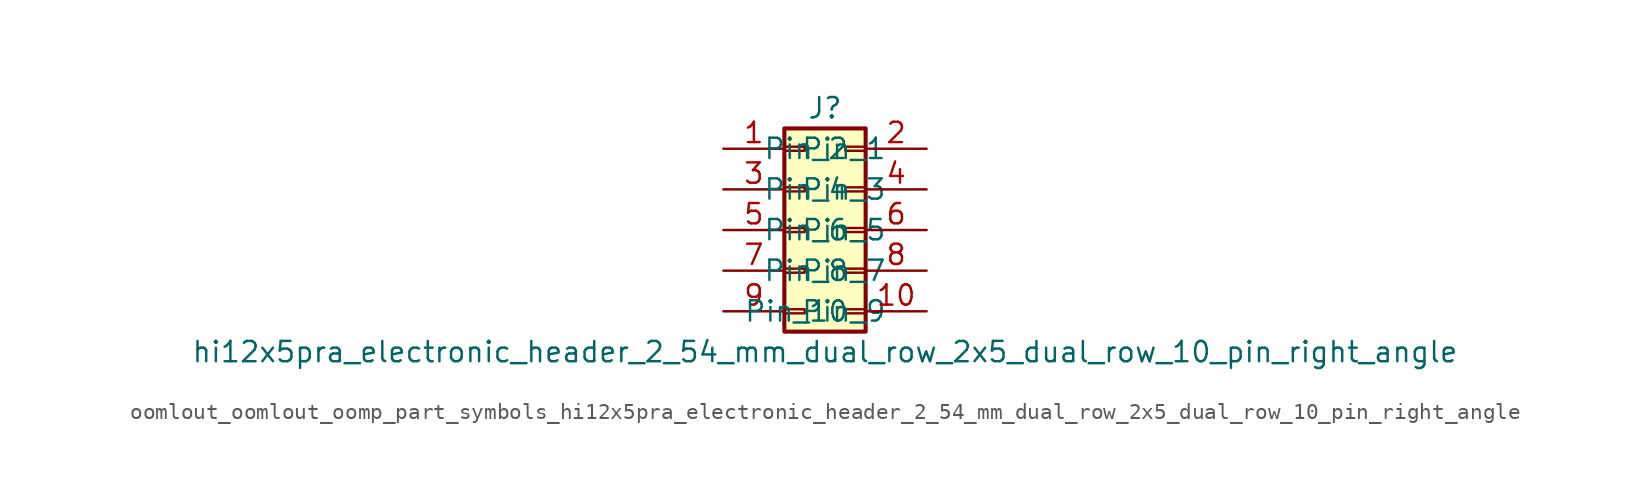
<source format=kicad_sym>
(kicad_symbol_lib
  (version 20220914)
  (generator kicad_symbol_editor)
  (symbol "oomlout_oomlout_oomp_part_symbols_hi12x5pra_electronic_header_2_54_mm_dual_row_2x5_dual_row_10_pin_right_angle"
    (pin_names
      (offset 1.016))
    (property "Reference" "J"
      (at 1.27 7.62 0)
      (effects (font (size 1.27 1.27))))
    (property "Value" "hi12x5pra_electronic_header_2_54_mm_dual_row_2x5_dual_row_10_pin_right_angle"
      (at 1.27 -7.62 0)
      (effects (font (size 1.27 1.27))))
    (symbol "oomlout_oomlout_oomp_part_symbols_hi12x5pra_electronic_header_2_54_mm_dual_row_2x5_dual_row_10_pin_right_angle_1_1"
      (rectangle (start -1.27 -4.953) (end 0 -5.207) (stroke (width 0.152) (type default)) (fill (type none)))
      (rectangle (start -1.27 -2.413) (end 0 -2.667) (stroke (width 0.152) (type default)) (fill (type none)))
      (rectangle (start -1.27 0.127) (end 0 -0.127) (stroke (width 0.152) (type default)) (fill (type none)))
      (rectangle (start -1.27 2.667) (end 0 2.413) (stroke (width 0.152) (type default)) (fill (type none)))
      (rectangle (start -1.27 5.207) (end 0 4.953) (stroke (width 0.152) (type default)) (fill (type none)))
      (rectangle (start -1.27 6.35) (end 3.81 -6.35) (stroke (width 0.254) (type default)) (fill (type background)))
      (rectangle (start 3.81 -4.953) (end 2.54 -5.207) (stroke (width 0.152) (type default)) (fill (type none)))
      (rectangle (start 3.81 -2.413) (end 2.54 -2.667) (stroke (width 0.152) (type default)) (fill (type none)))
      (rectangle (start 3.81 0.127) (end 2.54 -0.127) (stroke (width 0.152) (type default)) (fill (type none)))
      (rectangle (start 3.81 2.667) (end 2.54 2.413) (stroke (width 0.152) (type default)) (fill (type none)))
      (rectangle (start 3.81 5.207) (end 2.54 4.953) (stroke (width 0.152) (type default)) (fill (type none)))
      (pin passive line (at -5.08 5.08 0) (length 3.81) (name "Pin_1" (effects (font (size 1.27 1.27)))) (number "1" (effects (font (size 1.27 1.27)))))
      (pin passive line (at 7.62 -5.08 180) (length 3.81) (name "Pin_10" (effects (font (size 1.27 1.27)))) (number "10" (effects (font (size 1.27 1.27)))))
      (pin passive line (at 7.62 5.08 180) (length 3.81) (name "Pin_2" (effects (font (size 1.27 1.27)))) (number "2" (effects (font (size 1.27 1.27)))))
      (pin passive line (at -5.08 2.54 0) (length 3.81) (name "Pin_3" (effects (font (size 1.27 1.27)))) (number "3" (effects (font (size 1.27 1.27)))))
      (pin passive line (at 7.62 2.54 180) (length 3.81) (name "Pin_4" (effects (font (size 1.27 1.27)))) (number "4" (effects (font (size 1.27 1.27)))))
      (pin passive line (at -5.08 0 0) (length 3.81) (name "Pin_5" (effects (font (size 1.27 1.27)))) (number "5" (effects (font (size 1.27 1.27)))))
      (pin passive line (at 7.62 0 180) (length 3.81) (name "Pin_6" (effects (font (size 1.27 1.27)))) (number "6" (effects (font (size 1.27 1.27)))))
      (pin passive line (at -5.08 -2.54 0) (length 3.81) (name "Pin_7" (effects (font (size 1.27 1.27)))) (number "7" (effects (font (size 1.27 1.27)))))
      (pin passive line (at 7.62 -2.54 180) (length 3.81) (name "Pin_8" (effects (font (size 1.27 1.27)))) (number "8" (effects (font (size 1.27 1.27)))))
      (pin passive line (at -5.08 -5.08 0) (length 3.81) (name "Pin_9" (effects (font (size 1.27 1.27)))) (number "9" (effects (font (size 1.27 1.27))))))))
</source>
